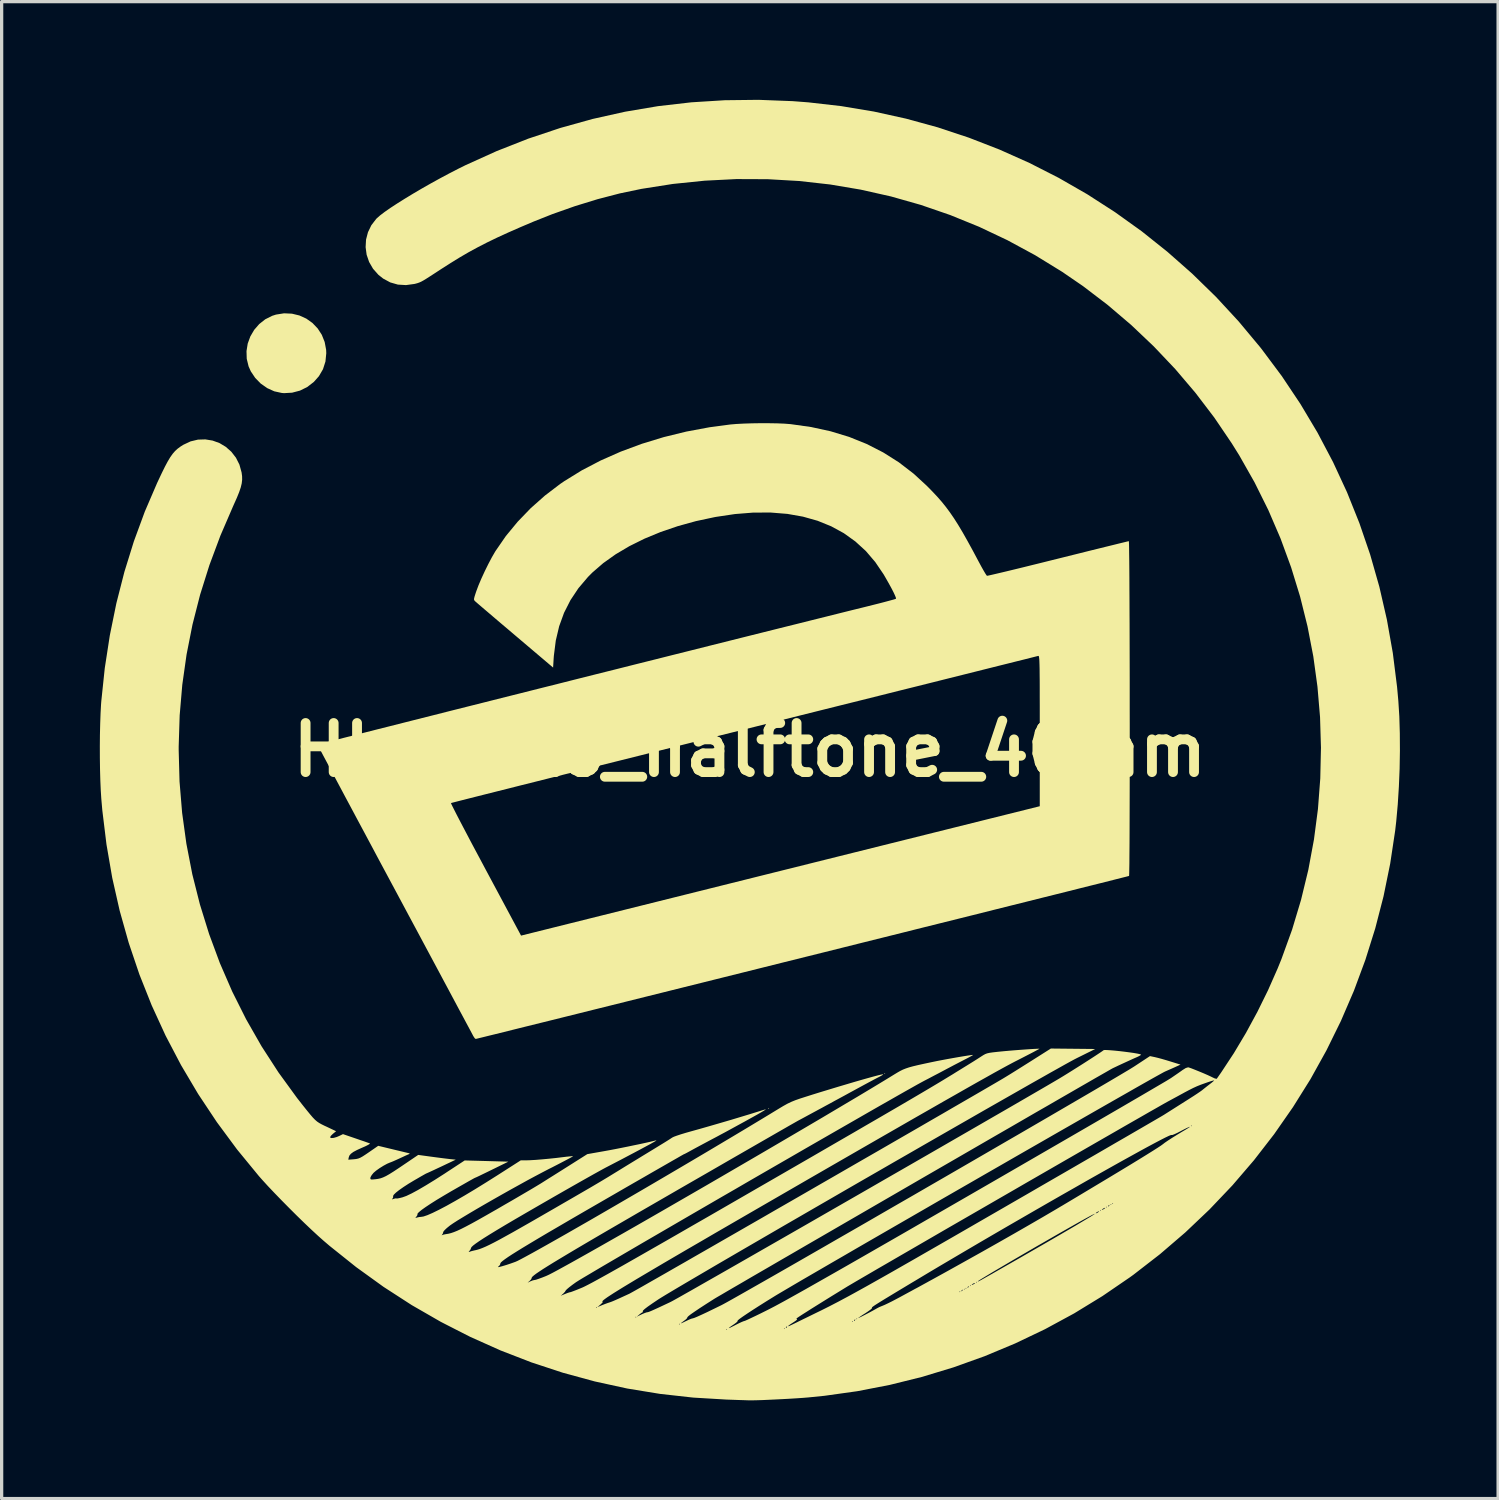
<source format=kicad_pcb>
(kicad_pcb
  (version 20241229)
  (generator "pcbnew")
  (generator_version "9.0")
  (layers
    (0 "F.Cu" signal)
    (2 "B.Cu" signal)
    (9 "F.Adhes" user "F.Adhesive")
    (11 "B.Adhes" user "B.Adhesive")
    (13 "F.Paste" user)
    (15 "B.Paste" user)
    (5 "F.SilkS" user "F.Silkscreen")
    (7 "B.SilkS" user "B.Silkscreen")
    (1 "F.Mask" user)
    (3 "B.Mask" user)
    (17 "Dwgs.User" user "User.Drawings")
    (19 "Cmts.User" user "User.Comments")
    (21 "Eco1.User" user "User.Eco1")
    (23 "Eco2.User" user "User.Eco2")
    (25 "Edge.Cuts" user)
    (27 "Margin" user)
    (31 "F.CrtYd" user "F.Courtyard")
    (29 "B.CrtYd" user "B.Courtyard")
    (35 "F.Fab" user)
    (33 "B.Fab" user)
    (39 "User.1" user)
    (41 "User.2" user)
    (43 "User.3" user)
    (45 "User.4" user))
  (footprint "HL_picto_halftone_40mm"
    (layer "F.Cu")
    (at 19.858 19.86)
    (property "Reference" "HL_picto_halftone_40mm" (at 0 0 0) (layer "F.SilkS") (effects (font (size 1.5 1.5) (thickness 0.3))))
    (attr board_only exclude_from_pos_files exclude_from_bom)
    (fp_poly (pts (xy 0.587 10.952) (xy 0.574 10.966) (xy 0.56 10.952) (xy 0.574 10.939)) (stroke (width 0) (type solid)) (fill yes) (layer "F.SilkS"))
    (fp_poly (pts (xy 4.136 9.885) (xy 4.122 9.899) (xy 4.109 9.885) (xy 4.122 9.872)) (stroke (width 0) (type solid)) (fill yes) (layer "F.SilkS"))
    (fp_poly (pts (xy -13.989 -13.327) (xy -13.761 -13.272) (xy -13.55 -13.176) (xy -13.363 -13.043) (xy -13.203 -12.876) (xy -13.077 -12.682) (xy -12.989 -12.462) (xy -12.944 -12.222) (xy -12.94 -12.118) (xy -12.965 -11.865) (xy -13.04 -11.631) (xy -13.164 -11.418) (xy -13.32 -11.242) (xy -13.52 -11.087) (xy -13.744 -10.976) (xy -13.984 -10.913) (xy -14.23 -10.899) (xy -14.301 -10.905) (xy -14.529 -10.955) (xy -14.745 -11.053) (xy -14.942 -11.191) (xy -15.111 -11.364) (xy -15.245 -11.564) (xy -15.313 -11.716) (xy -15.37 -11.948) (xy -15.377 -12.183) (xy -15.34 -12.413) (xy -15.26 -12.632) (xy -15.142 -12.833) (xy -14.989 -13.009) (xy -14.806 -13.154) (xy -14.594 -13.261) (xy -14.475 -13.299) (xy -14.229 -13.338)) (stroke (width 0) (type solid)) (fill yes) (layer "F.SilkS"))
    (fp_poly (pts (xy 0.591 -9.98) (xy 0.838 -9.976) (xy 1.057 -9.967) (xy 1.236 -9.953) (xy 1.241 -9.953) (xy 1.871 -9.864) (xy 2.468 -9.734) (xy 3.034 -9.562) (xy 3.57 -9.346) (xy 4.076 -9.087) (xy 4.554 -8.785) (xy 5.005 -8.438) (xy 5.404 -8.071) (xy 5.57 -7.902) (xy 5.72 -7.743) (xy 5.858 -7.586) (xy 5.987 -7.426) (xy 6.112 -7.258) (xy 6.237 -7.076) (xy 6.365 -6.875) (xy 6.5 -6.649) (xy 6.646 -6.391) (xy 6.807 -6.098) (xy 6.986 -5.762) (xy 7.005 -5.727) (xy 7.076 -5.595) (xy 7.141 -5.48) (xy 7.194 -5.39) (xy 7.231 -5.334) (xy 7.245 -5.319) (xy 7.275 -5.323) (xy 7.353 -5.34) (xy 7.474 -5.368) (xy 7.636 -5.406) (xy 7.834 -5.453) (xy 8.065 -5.509) (xy 8.324 -5.572) (xy 8.607 -5.642) (xy 8.911 -5.717) (xy 9.232 -5.797) (xy 9.414 -5.842) (xy 9.742 -5.924) (xy 10.056 -6.002) (xy 10.351 -6.076) (xy 10.623 -6.143) (xy 10.87 -6.204) (xy 11.086 -6.257) (xy 11.267 -6.302) (xy 11.411 -6.337) (xy 11.513 -6.362) (xy 11.569 -6.375) (xy 11.579 -6.377) (xy 11.582 -6.351) (xy 11.585 -6.274) (xy 11.587 -6.151) (xy 11.589 -5.983) (xy 11.592 -5.775) (xy 11.594 -5.529) (xy 11.596 -5.249) (xy 11.597 -4.938) (xy 11.599 -4.598) (xy 11.6 -4.233) (xy 11.602 -3.846) (xy 11.603 -3.441) (xy 11.604 -3.02) (xy 11.605 -2.587) (xy 11.606 -2.144) (xy 11.606 -1.695) (xy 11.606 -1.243) (xy 11.607 -0.791) (xy 11.607 -0.343) (xy 11.607 0.099) (xy 11.606 0.532) (xy 11.606 0.952) (xy 11.605 1.356) (xy 11.604 1.74) (xy 11.603 2.103) (xy 11.602 2.441) (xy 11.601 2.75) (xy 11.599 3.027) (xy 11.597 3.269) (xy 11.596 3.474) (xy 11.593 3.638) (xy 11.591 3.757) (xy 11.588 3.829) (xy 11.586 3.851) (xy 11.559 3.858) (xy 11.482 3.878) (xy 11.358 3.909) (xy 11.188 3.952) (xy 10.976 4.006) (xy 10.722 4.07) (xy 10.429 4.143) (xy 10.1 4.225) (xy 9.736 4.317) (xy 9.34 4.416) (xy 8.914 4.522) (xy 8.46 4.636) (xy 7.979 4.756) (xy 7.475 4.882) (xy 6.95 5.014) (xy 6.405 5.15) (xy 5.843 5.29) (xy 5.265 5.434) (xy 4.675 5.582) (xy 4.074 5.732) (xy 3.464 5.884) (xy 2.848 6.038) (xy 2.228 6.193) (xy 1.605 6.348) (xy 0.982 6.503) (xy 0.362 6.658) (xy -0.254 6.812) (xy -0.864 6.964) (xy -1.465 7.114) (xy -2.055 7.261) (xy -2.632 7.405) (xy -3.195 7.545) (xy -3.74 7.681) (xy -4.265 7.812) (xy -4.769 7.937) (xy -5.249 8.057) (xy -5.704 8.17) (xy -6.13 8.276) (xy -6.526 8.374) (xy -6.89 8.464) (xy -7.219 8.546) (xy -7.511 8.619) (xy -7.765 8.682) (xy -7.978 8.734) (xy -8.147 8.776) (xy -8.271 8.806) (xy -8.348 8.825) (xy -8.375 8.831) (xy -8.404 8.81) (xy -8.441 8.755) (xy -8.455 8.731) (xy -8.472 8.698) (xy -8.514 8.619) (xy -8.578 8.499) (xy -8.664 8.339) (xy -8.77 8.141) (xy -8.895 7.908) (xy -9.037 7.642) (xy -9.195 7.346) (xy -9.369 7.021) (xy -9.556 6.671) (xy -9.756 6.298) (xy -9.967 5.904) (xy -10.188 5.491) (xy -10.418 5.063) (xy -10.655 4.62) (xy -10.856 4.245) (xy -11.098 3.794) (xy -11.333 3.356) (xy -11.559 2.932) (xy -11.776 2.526) (xy -11.983 2.14) (xy -12.178 1.775) (xy -12.258 1.625) (xy -9.13 1.625) (xy -9.121 1.65) (xy -9.088 1.719) (xy -9.033 1.828) (xy -8.959 1.974) (xy -8.866 2.153) (xy -8.757 2.362) (xy -8.633 2.597) (xy -8.497 2.856) (xy -8.349 3.133) (xy -8.192 3.427) (xy -8.069 3.658) (xy -6.989 5.674) (xy 0.935 3.697) (xy 8.858 1.721) (xy 8.858 -0.582) (xy 8.858 -0.986) (xy 8.858 -1.34) (xy 8.857 -1.647) (xy 8.857 -1.91) (xy 8.856 -2.133) (xy 8.854 -2.319) (xy 8.853 -2.472) (xy 8.85 -2.594) (xy 8.847 -2.689) (xy 8.844 -2.76) (xy 8.839 -2.81) (xy 8.834 -2.843) (xy 8.828 -2.862) (xy 8.821 -2.871) (xy 8.813 -2.871) (xy 8.811 -2.871) (xy 8.782 -2.864) (xy 8.703 -2.844) (xy 8.576 -2.812) (xy 8.403 -2.768) (xy 8.185 -2.714) (xy 7.926 -2.649) (xy 7.625 -2.574) (xy 7.286 -2.489) (xy 6.911 -2.395) (xy 6.5 -2.292) (xy 6.056 -2.181) (xy 5.582 -2.062) (xy 5.078 -1.936) (xy 4.547 -1.804) (xy 3.99 -1.664) (xy 3.41 -1.519) (xy 2.807 -1.369) (xy 2.186 -1.214) (xy 1.546 -1.054) (xy 0.89 -0.89) (xy 0.219 -0.722) (xy -0.173 -0.624) (xy -0.851 -0.455) (xy -1.515 -0.289) (xy -2.163 -0.127) (xy -2.795 0.031) (xy -3.408 0.185) (xy -4 0.333) (xy -4.57 0.475) (xy -5.115 0.612) (xy -5.634 0.742) (xy -6.124 0.865) (xy -6.585 0.981) (xy -7.013 1.088) (xy -7.407 1.188) (xy -7.766 1.278) (xy -8.088 1.359) (xy -8.369 1.43) (xy -8.61 1.491) (xy -8.807 1.541) (xy -8.959 1.58) (xy -9.064 1.607) (xy -9.121 1.622) (xy -9.13 1.625) (xy -12.258 1.625) (xy -12.36 1.435) (xy -12.527 1.121) (xy -12.68 0.835) (xy -12.815 0.581) (xy -12.932 0.361) (xy -13.031 0.176) (xy -13.108 0.029) (xy -13.165 -0.078) (xy -13.198 -0.141) (xy -13.207 -0.16) (xy -13.181 -0.168) (xy -13.106 -0.188) (xy -12.984 -0.219) (xy -12.817 -0.262) (xy -12.607 -0.316) (xy -12.357 -0.38) (xy -12.068 -0.453) (xy -11.744 -0.535) (xy -11.386 -0.626) (xy -10.996 -0.724) (xy -10.578 -0.83) (xy -10.132 -0.943) (xy -9.662 -1.061) (xy -9.17 -1.186) (xy -8.657 -1.315) (xy -8.127 -1.448) (xy -7.581 -1.586) (xy -7.022 -1.726) (xy -6.452 -1.87) (xy -5.873 -2.015) (xy -5.288 -2.163) (xy -4.699 -2.311) (xy -4.107 -2.459) (xy -3.516 -2.608) (xy -2.928 -2.755) (xy -2.344 -2.902) (xy -1.768 -3.046) (xy -1.2 -3.189) (xy -0.645 -3.328) (xy -0.103 -3.464) (xy 0.422 -3.595) (xy 0.929 -3.722) (xy 1.416 -3.843) (xy 1.879 -3.959) (xy 2.317 -4.068) (xy 2.728 -4.171) (xy 3.109 -4.266) (xy 3.458 -4.352) (xy 3.615 -4.391) (xy 3.818 -4.442) (xy 4.004 -4.489) (xy 4.167 -4.532) (xy 4.3 -4.568) (xy 4.399 -4.595) (xy 4.455 -4.613) (xy 4.465 -4.617) (xy 4.463 -4.648) (xy 4.435 -4.719) (xy 4.387 -4.822) (xy 4.32 -4.951) (xy 4.238 -5.1) (xy 4.145 -5.263) (xy 4.087 -5.363) (xy 3.832 -5.739) (xy 3.545 -6.075) (xy 3.224 -6.368) (xy 2.871 -6.621) (xy 2.486 -6.831) (xy 2.07 -7) (xy 1.623 -7.126) (xy 1.147 -7.21) (xy 0.642 -7.251) (xy 0.108 -7.25) (xy -0.454 -7.205) (xy -1.044 -7.117) (xy -1.07 -7.112) (xy -1.646 -6.989) (xy -2.199 -6.836) (xy -2.724 -6.657) (xy -3.218 -6.453) (xy -3.678 -6.225) (xy -4.099 -5.976) (xy -4.478 -5.706) (xy -4.811 -5.418) (xy -4.945 -5.283) (xy -5.237 -4.939) (xy -5.48 -4.574) (xy -5.676 -4.188) (xy -5.825 -3.777) (xy -5.928 -3.341) (xy -5.987 -2.876) (xy -5.992 -2.811) (xy -6.01 -2.515) (xy -7.174 -3.502) (xy -7.389 -3.685) (xy -7.594 -3.858) (xy -7.783 -4.019) (xy -7.954 -4.165) (xy -8.102 -4.291) (xy -8.224 -4.395) (xy -8.315 -4.473) (xy -8.372 -4.523) (xy -8.391 -4.539) (xy -8.414 -4.564) (xy -8.426 -4.589) (xy -8.424 -4.627) (xy -8.409 -4.687) (xy -8.379 -4.781) (xy -8.355 -4.852) (xy -8.289 -5.028) (xy -8.201 -5.235) (xy -8.099 -5.456) (xy -7.99 -5.677) (xy -7.881 -5.884) (xy -7.779 -6.06) (xy -7.764 -6.083) (xy -7.452 -6.535) (xy -7.093 -6.97) (xy -6.694 -7.384) (xy -6.259 -7.77) (xy -5.796 -8.123) (xy -5.67 -8.209) (xy -5.134 -8.54) (xy -4.557 -8.841) (xy -3.944 -9.112) (xy -3.3 -9.351) (xy -2.629 -9.556) (xy -1.938 -9.725) (xy -1.23 -9.857) (xy -0.6 -9.941) (xy -0.41 -9.957) (xy -0.183 -9.969) (xy 0.068 -9.977) (xy 0.331 -9.981)) (stroke (width 0) (type solid)) (fill yes) (layer "F.SilkS"))
    (fp_poly (pts (xy 1.307 -19.82) (xy 1.788 -19.783) (xy 2.794 -19.668) (xy 3.79 -19.502) (xy 4.773 -19.285) (xy 5.742 -19.019) (xy 6.694 -18.703) (xy 7.629 -18.34) (xy 8.544 -17.931) (xy 9.437 -17.476) (xy 10.307 -16.976) (xy 11.152 -16.432) (xy 11.97 -15.846) (xy 12.758 -15.217) (xy 13.516 -14.548) (xy 14.242 -13.84) (xy 14.933 -13.092) (xy 15.588 -12.307) (xy 15.633 -12.25) (xy 16.251 -11.422) (xy 16.821 -10.569) (xy 17.344 -9.692) (xy 17.818 -8.793) (xy 18.245 -7.871) (xy 18.623 -6.928) (xy 18.953 -5.965) (xy 19.233 -4.982) (xy 19.463 -3.98) (xy 19.644 -2.961) (xy 19.774 -1.925) (xy 19.813 -1.494) (xy 19.843 -1.021) (xy 19.858 -0.51) (xy 19.861 0.028) (xy 19.852 0.578) (xy 19.829 1.129) (xy 19.795 1.668) (xy 19.749 2.181) (xy 19.716 2.468) (xy 19.564 3.476) (xy 19.361 4.471) (xy 19.108 5.451) (xy 18.806 6.414) (xy 18.456 7.358) (xy 18.058 8.282) (xy 17.615 9.183) (xy 17.127 10.062) (xy 16.594 10.914) (xy 16.019 11.74) (xy 15.401 12.538) (xy 14.743 13.305) (xy 14.044 14.04) (xy 13.306 14.741) (xy 12.53 15.407) (xy 11.717 16.037) (xy 11.606 16.117) (xy 10.771 16.688) (xy 9.908 17.216) (xy 9.019 17.698) (xy 8.106 18.134) (xy 7.172 18.524) (xy 6.22 18.865) (xy 5.253 19.158) (xy 4.273 19.401) (xy 3.282 19.593) (xy 2.283 19.733) (xy 1.788 19.783) (xy 1.629 19.796) (xy 1.441 19.809) (xy 1.233 19.822) (xy 1.015 19.834) (xy 0.794 19.845) (xy 0.58 19.855) (xy 0.383 19.864) (xy 0.211 19.869) (xy 0.073 19.872) (xy -0.021 19.872) (xy -0.027 19.872) (xy -0.09 19.87) (xy -0.196 19.866) (xy -0.335 19.862) (xy -0.497 19.856) (xy -0.672 19.85) (xy -0.707 19.849) (xy -1.73 19.788) (xy -2.743 19.675) (xy -3.745 19.511) (xy -4.735 19.295) (xy -5.711 19.029) (xy -6.671 18.713) (xy -7.614 18.348) (xy -8.539 17.934) (xy -8.993 17.703) (xy -0.72 17.703) (xy -0.707 17.716) (xy -0.694 17.703) (xy -0.707 17.689) (xy -0.72 17.703) (xy -8.993 17.703) (xy -9.045 17.676) (xy 1.041 17.676) (xy 1.054 17.689) (xy 1.067 17.676) (xy 1.054 17.663) (xy 1.041 17.676) (xy -9.045 17.676) (xy -9.306 17.543) (xy -2.161 17.543) (xy -2.148 17.556) (xy -2.134 17.543) (xy -2.148 17.529) (xy -2.161 17.543) (xy -9.306 17.543) (xy -9.444 17.472) (xy -9.692 17.329) (xy -3.495 17.329) (xy -3.482 17.342) (xy -3.468 17.329) (xy -3.482 17.316) (xy -3.495 17.329) (xy -9.692 17.329) (xy -10.201 17.036) (xy -4.696 17.036) (xy -4.682 17.049) (xy -4.669 17.036) (xy -4.682 17.022) (xy -4.696 17.036) (xy -10.201 17.036) (xy -10.328 16.963) (xy -11.189 16.406) (xy -12.025 15.803) (xy -12.836 15.155) (xy -13.02 14.998) (xy -13.19 14.847) (xy -13.388 14.664) (xy -13.606 14.457) (xy -13.836 14.233) (xy -14.07 14) (xy -14.301 13.766) (xy -14.521 13.539) (xy -14.723 13.326) (xy -14.897 13.135) (xy -14.999 13.02) (xy -15.665 12.208) (xy -16.283 11.372) (xy -16.854 10.513) (xy -17.376 9.632) (xy -17.849 8.73) (xy -18.273 7.806) (xy -18.649 6.861) (xy -18.975 5.896) (xy -19.252 4.912) (xy -19.479 3.909) (xy -19.655 2.888) (xy -19.782 1.848) (xy -19.813 1.494) (xy -19.83 1.233) (xy -19.843 0.931) (xy -19.852 0.6) (xy -19.857 0.249) (xy -19.858 -0.108) (xy -19.855 -0.462) (xy -19.847 -0.8) (xy -19.836 -1.112) (xy -19.821 -1.387) (xy -19.814 -1.481) (xy -19.707 -2.498) (xy -19.553 -3.498) (xy -19.353 -4.479) (xy -19.108 -5.438) (xy -18.818 -6.372) (xy -18.484 -7.28) (xy -18.106 -8.159) (xy -18.08 -8.214) (xy -17.966 -8.456) (xy -17.869 -8.653) (xy -17.783 -8.814) (xy -17.706 -8.943) (xy -17.632 -9.047) (xy -17.558 -9.132) (xy -17.479 -9.204) (xy -17.392 -9.268) (xy -17.306 -9.322) (xy -17.086 -9.425) (xy -16.861 -9.479) (xy -16.634 -9.486) (xy -16.413 -9.45) (xy -16.203 -9.374) (xy -16.011 -9.259) (xy -15.841 -9.109) (xy -15.7 -8.927) (xy -15.593 -8.715) (xy -15.527 -8.476) (xy -15.527 -8.476) (xy -15.512 -8.363) (xy -15.51 -8.255) (xy -15.523 -8.143) (xy -15.553 -8.018) (xy -15.602 -7.874) (xy -15.672 -7.701) (xy -15.766 -7.491) (xy -15.786 -7.446) (xy -16.175 -6.544) (xy -16.511 -5.643) (xy -16.795 -4.739) (xy -17.027 -3.83) (xy -17.208 -2.915) (xy -17.339 -1.99) (xy -17.419 -1.053) (xy -17.449 -0.103) (xy -17.449 0.007) (xy -17.423 0.967) (xy -17.344 1.921) (xy -17.214 2.865) (xy -17.033 3.799) (xy -16.801 4.719) (xy -16.52 5.625) (xy -16.191 6.513) (xy -15.813 7.383) (xy -15.388 8.231) (xy -14.916 9.057) (xy -14.398 9.857) (xy -13.835 10.631) (xy -13.654 10.862) (xy -13.529 11.018) (xy -13.43 11.139) (xy -13.351 11.231) (xy -13.283 11.301) (xy -13.22 11.355) (xy -13.155 11.399) (xy -13.081 11.44) (xy -12.99 11.485) (xy -12.935 11.51) (xy -12.64 11.65) (xy -12.74 11.732) (xy -12.794 11.785) (xy -12.822 11.828) (xy -12.822 11.843) (xy -12.783 11.859) (xy -12.71 11.853) (xy -12.617 11.826) (xy -12.532 11.789) (xy -12.43 11.739) (xy -12.038 11.873) (xy -11.9 11.921) (xy -11.778 11.962) (xy -11.682 11.996) (xy -11.621 12.017) (xy -11.607 12.022) (xy -11.613 12.037) (xy -11.662 12.068) (xy -11.746 12.11) (xy -11.844 12.153) (xy -12.001 12.224) (xy -12.114 12.284) (xy -12.189 12.34) (xy -12.234 12.395) (xy -12.254 12.452) (xy -12.267 12.52) (xy -12.098 12.507) (xy -12.026 12.499) (xy -11.964 12.485) (xy -11.903 12.461) (xy -11.829 12.42) (xy -11.732 12.357) (xy -11.641 12.295) (xy -11.353 12.096) (xy -10.926 12.199) (xy -10.777 12.235) (xy -10.643 12.267) (xy -10.532 12.294) (xy -10.457 12.312) (xy -10.432 12.317) (xy -10.391 12.332) (xy -10.402 12.346) (xy -10.405 12.347) (xy -10.446 12.364) (xy -10.522 12.398) (xy -10.621 12.444) (xy -10.686 12.474) (xy -10.796 12.524) (xy -10.895 12.568) (xy -10.968 12.598) (xy -10.992 12.606) (xy -11.081 12.644) (xy -11.193 12.705) (xy -11.31 12.778) (xy -11.417 12.854) (xy -11.495 12.921) (xy -11.498 12.924) (xy -11.553 12.992) (xy -11.588 13.054) (xy -11.593 13.077) (xy -11.592 13.108) (xy -11.574 13.123) (xy -11.528 13.125) (xy -11.44 13.117) (xy -11.439 13.117) (xy -11.358 13.106) (xy -11.282 13.089) (xy -11.204 13.061) (xy -11.116 13.02) (xy -11.012 12.961) (xy -10.884 12.881) (xy -10.725 12.776) (xy -10.593 12.687) (xy -10.131 12.374) (xy -9.728 12.429) (xy -9.57 12.45) (xy -9.416 12.47) (xy -9.281 12.487) (xy -9.178 12.499) (xy -9.155 12.502) (xy -8.984 12.519) (xy -9.141 12.594) (xy -9.268 12.654) (xy -9.402 12.718) (xy -9.535 12.78) (xy -9.658 12.838) (xy -9.762 12.886) (xy -9.839 12.921) (xy -9.88 12.939) (xy -9.884 12.94) (xy -9.909 12.953) (xy -9.971 12.988) (xy -10.064 13.041) (xy -10.179 13.108) (xy -10.261 13.155) (xy -10.432 13.258) (xy -10.584 13.357) (xy -10.712 13.447) (xy -10.811 13.525) (xy -10.875 13.587) (xy -10.899 13.628) (xy -10.897 13.637) (xy -10.899 13.676) (xy -10.914 13.703) (xy -10.931 13.728) (xy -10.911 13.728) (xy -10.879 13.716) (xy -10.825 13.702) (xy -10.797 13.704) (xy -10.767 13.705) (xy -10.7 13.692) (xy -10.615 13.671) (xy -10.495 13.628) (xy -10.335 13.552) (xy -10.137 13.445) (xy -9.901 13.307) (xy -9.629 13.14) (xy -9.324 12.945) (xy -9.232 12.884) (xy -8.711 12.543) (xy -8.044 12.561) (xy -7.377 12.58) (xy -7.88 12.827) (xy -8.03 12.9) (xy -8.164 12.965) (xy -8.273 13.018) (xy -8.352 13.055) (xy -8.392 13.072) (xy -8.396 13.074) (xy -8.422 13.086) (xy -8.488 13.123) (xy -8.589 13.179) (xy -8.718 13.253) (xy -8.871 13.34) (xy -9.042 13.438) (xy -9.116 13.48) (xy -9.352 13.619) (xy -9.565 13.747) (xy -9.75 13.864) (xy -9.905 13.967) (xy -10.026 14.053) (xy -10.109 14.121) (xy -10.152 14.167) (xy -10.154 14.188) (xy -10.158 14.216) (xy -10.185 14.256) (xy -10.216 14.292) (xy -10.205 14.298) (xy -10.165 14.286) (xy -10.096 14.271) (xy -10.052 14.268) (xy -9.972 14.256) (xy -9.851 14.215) (xy -9.692 14.146) (xy -9.496 14.05) (xy -9.266 13.929) (xy -9.005 13.783) (xy -8.715 13.615) (xy -8.398 13.425) (xy -8.058 13.215) (xy -7.695 12.986) (xy -7.681 12.977) (xy -6.998 12.54) (xy -6.841 12.54) (xy -6.713 12.536) (xy -6.544 12.526) (xy -6.347 12.51) (xy -6.133 12.49) (xy -5.915 12.467) (xy -5.727 12.444) (xy -5.603 12.429) (xy -5.5 12.419) (xy -5.429 12.413) (xy -5.4 12.414) (xy -5.4 12.414) (xy -5.42 12.428) (xy -5.483 12.463) (xy -5.582 12.516) (xy -5.712 12.584) (xy -5.867 12.665) (xy -6.042 12.755) (xy -6.144 12.806) (xy -6.34 12.908) (xy -6.561 13.025) (xy -6.801 13.154) (xy -7.054 13.294) (xy -7.316 13.439) (xy -7.581 13.588) (xy -7.843 13.737) (xy -8.098 13.883) (xy -8.339 14.023) (xy -8.561 14.154) (xy -8.759 14.273) (xy -8.928 14.376) (xy -9.062 14.462) (xy -9.155 14.526) (xy -9.171 14.538) (xy -9.257 14.608) (xy -9.323 14.67) (xy -9.36 14.715) (xy -9.365 14.728) (xy -9.382 14.784) (xy -9.398 14.806) (xy -9.417 14.831) (xy -9.399 14.824) (xy -9.35 14.807) (xy -9.288 14.795) (xy -9.212 14.783) (xy -9.132 14.763) (xy -9.043 14.733) (xy -8.941 14.692) (xy -8.82 14.636) (xy -8.678 14.564) (xy -8.508 14.474) (xy -8.307 14.363) (xy -8.07 14.229) (xy -7.792 14.07) (xy -7.737 14.039) (xy -7.507 13.905) (xy -7.281 13.775) (xy -7.067 13.65) (xy -6.869 13.534) (xy -6.695 13.432) (xy -6.551 13.346) (xy -6.443 13.281) (xy -6.39 13.249) (xy -6.29 13.186) (xy -6.156 13.101) (xy -5.996 13.001) (xy -5.823 12.892) (xy -5.645 12.78) (xy -5.544 12.716) (xy -4.965 12.35) (xy -4.45 12.259) (xy -4.295 12.231) (xy -4.116 12.197) (xy -3.924 12.159) (xy -3.725 12.119) (xy -3.53 12.078) (xy -3.346 12.04) (xy -3.182 12.004) (xy -3.047 11.974) (xy -2.948 11.95) (xy -2.903 11.938) (xy -2.863 11.931) (xy -2.855 11.935) (xy -2.878 11.95) (xy -2.943 11.987) (xy -3.044 12.044) (xy -3.178 12.116) (xy -3.338 12.202) (xy -3.52 12.299) (xy -3.717 12.403) (xy -3.925 12.513) (xy -4.139 12.624) (xy -4.354 12.736) (xy -4.389 12.754) (xy -4.475 12.8) (xy -4.602 12.87) (xy -4.766 12.961) (xy -4.962 13.071) (xy -5.185 13.197) (xy -5.43 13.336) (xy -5.693 13.486) (xy -5.969 13.644) (xy -6.252 13.807) (xy -6.443 13.917) (xy -6.83 14.141) (xy -7.172 14.34) (xy -7.471 14.516) (xy -7.728 14.67) (xy -7.946 14.803) (xy -8.125 14.915) (xy -8.269 15.009) (xy -8.378 15.085) (xy -8.455 15.144) (xy -8.501 15.188) (xy -8.518 15.217) (xy -8.518 15.221) (xy -8.532 15.26) (xy -8.56 15.299) (xy -8.589 15.335) (xy -8.58 15.34) (xy -8.551 15.329) (xy -8.49 15.31) (xy -8.408 15.29) (xy -8.391 15.287) (xy -8.324 15.271) (xy -8.25 15.248) (xy -8.166 15.216) (xy -8.068 15.174) (xy -7.952 15.119) (xy -7.815 15.05) (xy -7.654 14.965) (xy -7.466 14.861) (xy -7.245 14.739) (xy -6.99 14.594) (xy -6.697 14.427) (xy -6.362 14.234) (xy -6.293 14.194) (xy -5.97 14.008) (xy -5.689 13.845) (xy -5.446 13.705) (xy -5.236 13.583) (xy -5.055 13.478) (xy -4.898 13.387) (xy -4.762 13.307) (xy -4.642 13.236) (xy -4.534 13.172) (xy -4.434 13.112) (xy -4.336 13.053) (xy -4.238 12.993) (xy -4.134 12.929) (xy -4.042 12.873) (xy -3.922 12.799) (xy -3.771 12.706) (xy -3.601 12.602) (xy -3.427 12.496) (xy -3.282 12.407) (xy -3.06 12.272) (xy -2.88 12.162) (xy -2.735 12.073) (xy -2.622 12.004) (xy -2.535 11.95) (xy -2.47 11.909) (xy -2.422 11.878) (xy -2.386 11.854) (xy -2.367 11.842) (xy -2.318 11.818) (xy -2.228 11.785) (xy -2.104 11.744) (xy -1.959 11.7) (xy -1.807 11.657) (xy -1.534 11.581) (xy -1.227 11.493) (xy -0.903 11.399) (xy -0.578 11.304) (xy -0.267 11.21) (xy 0.014 11.125) (xy 0.091 11.101) (xy 0.22 11.061) (xy 0.336 11.025) (xy 0.427 10.997) (xy 0.479 10.982) (xy 0.48 10.981) (xy 0.486 10.986) (xy 0.444 11.014) (xy 0.356 11.067) (xy 0.222 11.144) (xy 0.042 11.244) (xy -0.183 11.369) (xy -0.2 11.378) (xy -0.421 11.499) (xy -0.604 11.599) (xy -0.758 11.683) (xy -0.893 11.755) (xy -1.017 11.822) (xy -1.14 11.887) (xy -1.214 11.926) (xy -1.36 12.004) (xy -1.515 12.087) (xy -1.66 12.165) (xy -1.768 12.224) (xy -1.867 12.278) (xy -1.948 12.322) (xy -2 12.348) (xy -2.014 12.353) (xy -2.038 12.366) (xy -2.106 12.404) (xy -2.213 12.466) (xy -2.359 12.549) (xy -2.538 12.652) (xy -2.749 12.773) (xy -2.988 12.91) (xy -3.253 13.063) (xy -3.541 13.228) (xy -3.848 13.405) (xy -4.171 13.592) (xy -4.509 13.787) (xy -4.585 13.831) (xy -5.044 14.096) (xy -5.458 14.336) (xy -5.829 14.553) (xy -6.16 14.746) (xy -6.451 14.918) (xy -6.705 15.07) (xy -6.924 15.202) (xy -7.109 15.316) (xy -7.262 15.412) (xy -7.386 15.493) (xy -7.482 15.56) (xy -7.551 15.612) (xy -7.597 15.652) (xy -7.62 15.681) (xy -7.623 15.697) (xy -7.634 15.735) (xy -7.669 15.773) (xy -7.694 15.795) (xy -7.691 15.803) (xy -7.653 15.797) (xy -7.572 15.776) (xy -7.551 15.77) (xy -7.438 15.736) (xy -7.303 15.691) (xy -7.174 15.645) (xy -7.163 15.641) (xy -7.097 15.612) (xy -6.988 15.556) (xy -6.839 15.476) (xy -6.652 15.374) (xy -6.431 15.251) (xy -6.178 15.109) (xy -5.897 14.95) (xy -5.589 14.775) (xy -5.258 14.585) (xy -4.907 14.384) (xy -4.539 14.171) (xy -4.156 13.949) (xy -3.761 13.719) (xy -3.357 13.484) (xy -2.947 13.244) (xy -2.533 13.001) (xy -2.12 12.758) (xy -1.708 12.515) (xy -1.302 12.275) (xy -0.904 12.038) (xy -0.516 11.807) (xy -0.143 11.584) (xy 0.214 11.369) (xy 0.552 11.165) (xy 0.867 10.973) (xy 1.022 10.88) (xy 1.15 10.809) (xy 1.267 10.753) (xy 1.39 10.703) (xy 1.536 10.652) (xy 1.654 10.614) (xy 1.909 10.533) (xy 2.17 10.452) (xy 2.434 10.372) (xy 2.694 10.293) (xy 2.947 10.218) (xy 3.186 10.147) (xy 3.407 10.083) (xy 3.605 10.027) (xy 3.775 9.98) (xy 3.912 9.944) (xy 4.011 9.92) (xy 4.066 9.91) (xy 4.076 9.91) (xy 4.061 9.927) (xy 4.009 9.96) (xy 3.948 9.992) (xy 3.883 10.025) (xy 3.816 10.06) (xy 3.738 10.102) (xy 3.64 10.154) (xy 3.512 10.223) (xy 3.348 10.312) (xy 3.208 10.388) (xy 3.05 10.474) (xy 2.886 10.564) (xy 2.727 10.65) (xy 2.586 10.726) (xy 2.474 10.788) (xy 2.428 10.813) (xy 2.32 10.871) (xy 2.198 10.938) (xy 2.121 10.979) (xy 2.005 11.042) (xy 1.877 11.111) (xy 1.801 11.152) (xy 1.689 11.213) (xy 1.561 11.282) (xy 1.467 11.332) (xy 1.425 11.356) (xy 1.339 11.405) (xy 1.212 11.477) (xy 1.047 11.572) (xy 0.846 11.687) (xy 0.612 11.822) (xy 0.347 11.974) (xy 0.055 12.142) (xy -0.263 12.325) (xy -0.604 12.521) (xy -0.964 12.729) (xy -1.342 12.947) (xy -1.735 13.173) (xy -2.14 13.406) (xy -2.361 13.534) (xy -2.908 13.85) (xy -3.41 14.14) (xy -3.868 14.406) (xy -4.285 14.648) (xy -4.662 14.868) (xy -5.001 15.067) (xy -5.303 15.245) (xy -5.57 15.404) (xy -5.803 15.544) (xy -6.005 15.666) (xy -6.176 15.772) (xy -6.319 15.862) (xy -6.434 15.938) (xy -6.525 16) (xy -6.591 16.05) (xy -6.635 16.087) (xy -6.659 16.114) (xy -6.664 16.13) (xy -6.677 16.168) (xy -6.72 16.216) (xy -6.724 16.22) (xy -6.79 16.278) (xy -6.705 16.237) (xy -6.633 16.208) (xy -6.575 16.195) (xy -6.571 16.195) (xy -6.529 16.186) (xy -6.449 16.159) (xy -6.342 16.12) (xy -6.221 16.072) (xy -6.217 16.07) (xy -6.145 16.037) (xy -6.031 15.979) (xy -5.876 15.896) (xy -5.683 15.79) (xy -5.454 15.664) (xy -5.192 15.517) (xy -4.9 15.353) (xy -4.58 15.172) (xy -4.236 14.976) (xy -3.868 14.767) (xy -3.481 14.546) (xy -3.077 14.314) (xy -2.658 14.073) (xy -2.227 13.824) (xy -1.787 13.57) (xy -1.339 13.311) (xy -0.888 13.049) (xy -0.435 12.785) (xy 0.017 12.522) (xy 0.466 12.26) (xy 0.908 12.001) (xy 1.341 11.747) (xy 1.763 11.499) (xy 2.171 11.259) (xy 2.562 11.027) (xy 2.934 10.806) (xy 3.285 10.598) (xy 3.61 10.403) (xy 3.909 10.223) (xy 4.178 10.06) (xy 4.411 9.917) (xy 4.508 9.858) (xy 4.594 9.809) (xy 4.677 9.768) (xy 4.765 9.733) (xy 4.866 9.699) (xy 4.987 9.666) (xy 5.137 9.63) (xy 5.323 9.589) (xy 5.553 9.54) (xy 5.568 9.537) (xy 5.712 9.507) (xy 5.874 9.476) (xy 6.045 9.444) (xy 6.218 9.413) (xy 6.383 9.384) (xy 6.533 9.359) (xy 6.659 9.339) (xy 6.754 9.325) (xy 6.81 9.319) (xy 6.821 9.32) (xy 6.801 9.334) (xy 6.743 9.367) (xy 6.656 9.414) (xy 6.555 9.466) (xy 6.41 9.541) (xy 6.248 9.625) (xy 6.095 9.706) (xy 6.03 9.74) (xy 5.921 9.798) (xy 5.778 9.874) (xy 5.615 9.959) (xy 5.447 10.048) (xy 5.323 10.112) (xy 5.238 10.158) (xy 5.112 10.227) (xy 4.947 10.32) (xy 4.746 10.433) (xy 4.51 10.567) (xy 4.244 10.719) (xy 3.948 10.887) (xy 3.627 11.071) (xy 3.283 11.269) (xy 2.917 11.479) (xy 2.534 11.699) (xy 2.134 11.929) (xy 1.722 12.166) (xy 1.3 12.41) (xy 0.87 12.658) (xy 0.435 12.909) (xy -0.003 13.162) (xy -0.44 13.416) (xy -0.875 13.667) (xy -1.304 13.916) (xy -1.725 14.16) (xy -2.136 14.399) (xy -2.533 14.63) (xy -2.915 14.852) (xy -3.278 15.063) (xy -3.62 15.263) (xy -3.938 15.449) (xy -4.23 15.62) (xy -4.493 15.774) (xy -4.725 15.911) (xy -4.922 16.028) (xy -5.083 16.123) (xy -5.204 16.196) (xy -5.283 16.246) (xy -5.31 16.263) (xy -5.421 16.343) (xy -5.515 16.415) (xy -5.584 16.473) (xy -5.62 16.509) (xy -5.623 16.514) (xy -5.651 16.559) (xy -5.702 16.613) (xy -5.706 16.616) (xy -5.776 16.677) (xy -5.647 16.623) (xy -5.569 16.592) (xy -5.508 16.572) (xy -5.489 16.569) (xy -5.454 16.559) (xy -5.381 16.532) (xy -5.278 16.492) (xy -5.156 16.442) (xy -5.124 16.429) (xy -5.073 16.406) (xy -5.005 16.372) (xy -4.917 16.327) (xy -4.807 16.269) (xy -4.675 16.197) (xy -4.519 16.111) (xy -4.337 16.01) (xy -4.127 15.892) (xy -3.887 15.757) (xy -3.617 15.603) (xy -3.315 15.431) (xy -2.978 15.238) (xy -2.605 15.025) (xy -2.196 14.79) (xy -1.747 14.531) (xy -1.257 14.25) (xy -0.725 13.943) (xy -0.15 13.611) (xy 0.08 13.478) (xy 0.699 13.121) (xy 1.274 12.789) (xy 1.806 12.482) (xy 2.298 12.197) (xy 2.752 11.934) (xy 3.169 11.693) (xy 3.552 11.47) (xy 3.903 11.267) (xy 4.224 11.08) (xy 4.516 10.91) (xy 4.781 10.755) (xy 5.023 10.613) (xy 5.242 10.484) (xy 5.44 10.367) (xy 5.62 10.26) (xy 5.784 10.162) (xy 5.933 10.072) (xy 6.069 9.989) (xy 6.196 9.912) (xy 6.289 9.854) (xy 6.388 9.793) (xy 6.511 9.717) (xy 6.639 9.638) (xy 6.689 9.607) (xy 6.81 9.532) (xy 6.934 9.454) (xy 7.041 9.385) (xy 7.078 9.361) (xy 7.141 9.321) (xy 7.195 9.292) (xy 7.252 9.271) (xy 7.324 9.255) (xy 7.421 9.241) (xy 7.556 9.226) (xy 7.625 9.219) (xy 7.766 9.205) (xy 7.924 9.191) (xy 8.093 9.177) (xy 8.263 9.164) (xy 8.426 9.152) (xy 8.574 9.142) (xy 8.697 9.135) (xy 8.789 9.131) (xy 8.839 9.13) (xy 8.847 9.131) (xy 8.825 9.145) (xy 8.762 9.179) (xy 8.663 9.232) (xy 8.532 9.3) (xy 8.377 9.38) (xy 8.202 9.47) (xy 8.109 9.517) (xy 7.998 9.575) (xy 7.856 9.651) (xy 7.682 9.746) (xy 7.475 9.86) (xy 7.235 9.995) (xy 6.96 10.149) (xy 6.649 10.325) (xy 6.302 10.523) (xy 5.916 10.742) (xy 5.492 10.985) (xy 5.028 11.25) (xy 4.524 11.54) (xy 3.977 11.854) (xy 3.388 12.193) (xy 2.756 12.557) (xy 2.078 12.948) (xy 1.835 13.088) (xy 1.173 13.471) (xy 0.555 13.828) (xy -0.019 14.16) (xy -0.551 14.468) (xy -1.043 14.753) (xy -1.494 15.016) (xy -1.908 15.256) (xy -2.286 15.477) (xy -2.628 15.677) (xy -2.936 15.859) (xy -3.212 16.022) (xy -3.457 16.167) (xy -3.673 16.297) (xy -3.86 16.41) (xy -4.02 16.509) (xy -4.155 16.593) (xy -4.266 16.665) (xy -4.354 16.723) (xy -4.421 16.771) (xy -4.468 16.807) (xy -4.496 16.834) (xy -4.508 16.852) (xy -4.503 16.861) (xy -4.492 16.863) (xy -4.496 16.878) (xy -4.533 16.917) (xy -4.562 16.944) (xy -4.656 17.024) (xy -4.536 16.973) (xy -4.436 16.933) (xy -4.335 16.896) (xy -4.309 16.888) (xy -4.267 16.874) (xy -4.223 16.858) (xy -4.169 16.836) (xy -4.097 16.805) (xy -4.001 16.762) (xy -3.872 16.703) (xy -3.702 16.625) (xy -3.682 16.616) (xy -3.645 16.596) (xy -3.564 16.551) (xy -3.441 16.482) (xy -3.28 16.391) (xy -3.083 16.278) (xy -2.851 16.146) (xy -2.588 15.996) (xy -2.296 15.828) (xy -1.977 15.646) (xy -1.635 15.449) (xy -1.27 15.24) (xy -0.886 15.019) (xy -0.485 14.789) (xy -0.07 14.55) (xy 0.357 14.305) (xy 0.793 14.053) (xy 1.237 13.798) (xy 1.685 13.54) (xy 2.135 13.28) (xy 2.585 13.021) (xy 3.032 12.763) (xy 3.474 12.508) (xy 3.909 12.258) (xy 4.333 12.013) (xy 4.745 11.775) (xy 5.142 11.546) (xy 5.521 11.326) (xy 5.88 11.119) (xy 6.217 10.923) (xy 6.53 10.742) (xy 6.815 10.577) (xy 7.07 10.429) (xy 7.293 10.299) (xy 7.482 10.189) (xy 7.634 10.1) (xy 7.746 10.034) (xy 7.815 9.992) (xy 7.946 9.912) (xy 8.11 9.81) (xy 8.309 9.685) (xy 8.546 9.536) (xy 8.824 9.36) (xy 9.034 9.227) (xy 9.197 9.124) (xy 9.875 9.131) (xy 10.552 9.138) (xy 9.992 9.416) (xy 9.912 9.457) (xy 9.788 9.524) (xy 9.623 9.615) (xy 9.42 9.729) (xy 9.18 9.863) (xy 8.907 10.018) (xy 8.602 10.19) (xy 8.269 10.38) (xy 7.909 10.585) (xy 7.525 10.804) (xy 7.12 11.035) (xy 6.697 11.278) (xy 6.257 11.53) (xy 5.802 11.791) (xy 5.337 12.058) (xy 4.863 12.331) (xy 4.382 12.607) (xy 3.897 12.887) (xy 3.41 13.167) (xy 2.925 13.447) (xy 2.443 13.726) (xy 1.967 14.001) (xy 1.499 14.272) (xy 1.042 14.536) (xy 0.598 14.794) (xy 0.171 15.042) (xy -0.239 15.28) (xy -0.627 15.506) (xy -0.993 15.719) (xy -1.332 15.918) (xy -1.644 16.101) (xy -1.925 16.266) (xy -2.172 16.412) (xy -2.384 16.538) (xy -2.558 16.642) (xy -2.691 16.723) (xy -2.781 16.779) (xy -2.796 16.789) (xy -2.979 16.912) (xy -3.118 17.009) (xy -3.213 17.082) (xy -3.263 17.129) (xy -3.27 17.147) (xy -3.269 17.178) (xy -3.276 17.182) (xy -3.307 17.198) (xy -3.36 17.237) (xy -3.375 17.25) (xy -3.455 17.318) (xy -3.316 17.25) (xy -3.233 17.213) (xy -3.166 17.188) (xy -3.138 17.182) (xy -3.114 17.178) (xy -3.074 17.165) (xy -3.012 17.14) (xy -2.924 17.101) (xy -2.803 17.046) (xy -2.645 16.972) (xy -2.445 16.878) (xy -2.415 16.863) (xy -2.371 16.84) (xy -2.284 16.792) (xy -2.155 16.72) (xy -1.988 16.625) (xy -1.784 16.51) (xy -1.546 16.374) (xy -1.276 16.22) (xy -0.977 16.05) (xy -0.651 15.864) (xy -0.3 15.663) (xy 0.072 15.45) (xy 0.464 15.225) (xy 0.873 14.991) (xy 1.297 14.748) (xy 1.733 14.498) (xy 2.178 14.242) (xy 2.632 13.981) (xy 3.09 13.718) (xy 3.551 13.453) (xy 4.012 13.187) (xy 4.471 12.923) (xy 4.925 12.662) (xy 5.373 12.404) (xy 5.81 12.152) (xy 6.236 11.906) (xy 6.647 11.669) (xy 7.042 11.441) (xy 7.417 11.224) (xy 7.771 11.02) (xy 8.101 10.829) (xy 8.404 10.653) (xy 8.678 10.494) (xy 8.921 10.353) (xy 9.13 10.231) (xy 9.304 10.129) (xy 9.438 10.05) (xy 9.458 10.038) (xy 9.569 9.971) (xy 9.702 9.889) (xy 9.851 9.796) (xy 10.008 9.697) (xy 10.168 9.596) (xy 10.324 9.496) (xy 10.468 9.403) (xy 10.595 9.32) (xy 10.698 9.252) (xy 10.77 9.203) (xy 10.805 9.177) (xy 10.807 9.175) (xy 10.838 9.169) (xy 10.911 9.17) (xy 11.018 9.177) (xy 11.149 9.188) (xy 11.295 9.203) (xy 11.446 9.221) (xy 11.592 9.24) (xy 11.726 9.259) (xy 11.836 9.278) (xy 11.915 9.295) (xy 11.951 9.309) (xy 11.953 9.311) (xy 11.931 9.332) (xy 11.873 9.364) (xy 11.825 9.387) (xy 11.746 9.421) (xy 11.64 9.469) (xy 11.518 9.525) (xy 11.392 9.583) (xy 11.273 9.638) (xy 11.172 9.686) (xy 11.1 9.72) (xy 11.072 9.734) (xy 11.001 9.774) (xy 10.888 9.839) (xy 10.734 9.927) (xy 10.543 10.036) (xy 10.318 10.166) (xy 10.059 10.315) (xy 9.77 10.482) (xy 9.454 10.664) (xy 9.112 10.862) (xy 8.746 11.072) (xy 8.361 11.295) (xy 7.957 11.529) (xy 7.537 11.771) (xy 7.103 12.022) (xy 6.659 12.279) (xy 6.206 12.541) (xy 5.747 12.806) (xy 5.283 13.074) (xy 4.819 13.343) (xy 4.355 13.612) (xy 3.895 13.878) (xy 3.44 14.142) (xy 2.994 14.4) (xy 2.558 14.653) (xy 2.135 14.898) (xy 1.727 15.134) (xy 1.337 15.361) (xy 0.967 15.575) (xy 0.62 15.777) (xy 0.297 15.964) (xy 0.002 16.135) (xy -0.263 16.29) (xy -0.496 16.425) (xy -0.695 16.541) (xy -0.856 16.636) (xy -0.979 16.707) (xy -1.06 16.755) (xy -1.094 16.776) (xy -1.336 16.93) (xy -1.533 17.058) (xy -1.687 17.162) (xy -1.8 17.24) (xy -1.872 17.296) (xy -1.906 17.33) (xy -1.909 17.34) (xy -1.921 17.367) (xy -1.966 17.41) (xy -2.002 17.436) (xy -2.063 17.481) (xy -2.102 17.512) (xy -2.108 17.52) (xy -2.086 17.514) (xy -2.029 17.489) (xy -1.95 17.45) (xy -1.948 17.45) (xy -1.861 17.408) (xy -1.789 17.379) (xy -1.75 17.369) (xy -1.706 17.357) (xy -1.619 17.322) (xy -1.486 17.262) (xy -1.308 17.179) (xy -1.084 17.07) (xy -0.867 16.964) (xy -0.803 16.93) (xy -0.695 16.871) (xy -0.545 16.787) (xy -0.357 16.681) (xy -0.133 16.554) (xy 0.125 16.407) (xy 0.415 16.242) (xy 0.734 16.06) (xy 1.08 15.862) (xy 1.45 15.65) (xy 1.841 15.425) (xy 2.252 15.189) (xy 2.68 14.942) (xy 3.122 14.688) (xy 3.577 14.426) (xy 4.04 14.158) (xy 4.511 13.886) (xy 4.987 13.612) (xy 5.465 13.335) (xy 5.943 13.059) (xy 6.418 12.784) (xy 6.889 12.511) (xy 7.351 12.243) (xy 7.804 11.98) (xy 8.245 11.725) (xy 8.671 11.477) (xy 9.079 11.24) (xy 9.468 11.013) (xy 9.835 10.799) (xy 10.178 10.599) (xy 10.493 10.415) (xy 10.779 10.247) (xy 11.034 10.097) (xy 11.254 9.967) (xy 11.437 9.858) (xy 11.582 9.772) (xy 11.684 9.709) (xy 11.736 9.677) (xy 12.225 9.355) (xy 12.376 9.387) (xy 12.463 9.408) (xy 12.583 9.44) (xy 12.721 9.48) (xy 12.842 9.517) (xy 13.158 9.615) (xy 13.056 9.662) (xy 12.988 9.693) (xy 12.887 9.738) (xy 12.768 9.79) (xy 12.687 9.826) (xy 12.643 9.848) (xy 12.556 9.896) (xy 12.428 9.967) (xy 12.26 10.061) (xy 12.056 10.176) (xy 11.818 10.311) (xy 11.549 10.465) (xy 11.25 10.635) (xy 10.924 10.821) (xy 10.574 11.021) (xy 10.202 11.234) (xy 9.811 11.458) (xy 9.402 11.692) (xy 8.979 11.935) (xy 8.543 12.185) (xy 8.097 12.441) (xy 7.644 12.702) (xy 7.186 12.965) (xy 6.726 13.23) (xy 6.265 13.495) (xy 5.806 13.759) (xy 5.353 14.021) (xy 4.906 14.279) (xy 4.469 14.531) (xy 4.043 14.777) (xy 3.632 15.014) (xy 3.238 15.242) (xy 2.863 15.46) (xy 2.51 15.664) (xy 2.18 15.856) (xy 1.877 16.032) (xy 1.603 16.191) (xy 1.361 16.333) (xy 1.152 16.456) (xy 0.979 16.558) (xy 0.845 16.637) (xy 0.751 16.694) (xy 0.747 16.697) (xy 0.501 16.849) (xy 0.279 16.989) (xy 0.084 17.114) (xy -0.08 17.222) (xy -0.212 17.311) (xy -0.307 17.379) (xy -0.363 17.424) (xy -0.376 17.444) (xy -0.375 17.444) (xy -0.379 17.463) (xy -0.419 17.501) (xy -0.485 17.549) (xy -0.583 17.615) (xy -0.635 17.655) (xy -0.642 17.667) (xy -0.625 17.661) (xy 1.1 17.661) (xy 1.104 17.663) (xy 1.128 17.644) (xy 1.134 17.636) (xy 1.141 17.611) (xy 1.137 17.609) (xy 1.113 17.628) (xy 1.107 17.636) (xy 1.1 17.661) (xy -0.625 17.661) (xy -0.603 17.653) (xy -0.518 17.611) (xy -0.496 17.6) (xy 1.174 17.6) (xy 1.175 17.607) (xy 1.183 17.608) (xy 1.206 17.599) (xy 1.253 17.577) (xy 1.333 17.539) (xy 1.442 17.486) (xy 1.489 17.462) (xy 3.122 17.462) (xy 3.135 17.476) (xy 3.148 17.462) (xy 3.135 17.449) (xy 3.122 17.462) (xy 1.489 17.462) (xy 1.52 17.447) (xy 3.182 17.447) (xy 3.185 17.449) (xy 3.21 17.43) (xy 3.215 17.422) (xy 3.222 17.398) (xy 3.218 17.396) (xy 3.194 17.415) (xy 3.188 17.422) (xy 3.182 17.447) (xy 1.52 17.447) (xy 1.549 17.433) (xy 1.653 17.382) (xy 3.255 17.382) (xy 3.268 17.396) (xy 3.282 17.382) (xy 3.268 17.369) (xy 3.255 17.382) (xy 1.653 17.382) (xy 1.688 17.365) (xy 1.699 17.36) (xy 3.308 17.36) (xy 3.33 17.352) (xy 3.388 17.325) (xy 3.471 17.283) (xy 3.57 17.232) (xy 3.673 17.178) (xy 3.77 17.125) (xy 3.849 17.081) (xy 3.891 17.057) (xy 3.956 17.023) (xy 4.041 16.988) (xy 4.064 16.979) (xy 4.125 16.953) (xy 4.222 16.907) (xy 4.345 16.846) (xy 4.482 16.774) (xy 4.576 16.724) (xy 4.887 16.555) (xy 6.403 16.555) (xy 6.417 16.569) (xy 6.43 16.555) (xy 6.417 16.542) (xy 6.403 16.555) (xy 4.887 16.555) (xy 4.915 16.54) (xy 6.463 16.54) (xy 6.467 16.542) (xy 6.491 16.523) (xy 6.497 16.515) (xy 6.504 16.49) (xy 6.5 16.489) (xy 6.476 16.507) (xy 6.47 16.515) (xy 6.463 16.54) (xy 4.915 16.54) (xy 5.034 16.475) (xy 6.537 16.475) (xy 6.55 16.489) (xy 6.563 16.475) (xy 6.55 16.462) (xy 6.537 16.475) (xy 5.034 16.475) (xy 5.058 16.462) (xy 5.083 16.449) (xy 6.59 16.449) (xy 6.603 16.462) (xy 6.617 16.449) (xy 6.603 16.435) (xy 6.59 16.449) (xy 5.083 16.449) (xy 5.111 16.434) (xy 6.65 16.434) (xy 6.654 16.435) (xy 6.678 16.417) (xy 6.684 16.409) (xy 6.69 16.384) (xy 6.687 16.382) (xy 6.662 16.401) (xy 6.657 16.409) (xy 6.65 16.434) (xy 5.111 16.434) (xy 5.23 16.369) (xy 6.724 16.369) (xy 6.737 16.382) (xy 6.75 16.369) (xy 6.737 16.355) (xy 6.724 16.369) (xy 5.23 16.369) (xy 5.275 16.344) (xy 6.777 16.344) (xy 6.796 16.344) (xy 6.83 16.329) (xy 6.872 16.301) (xy 6.884 16.287) (xy 6.864 16.287) (xy 6.83 16.302) (xy 6.788 16.329) (xy 6.777 16.344) (xy 5.275 16.344) (xy 5.425 16.262) (xy 6.91 16.262) (xy 6.924 16.275) (xy 6.937 16.262) (xy 6.924 16.249) (xy 6.91 16.262) (xy 5.425 16.262) (xy 5.469 16.237) (xy 6.964 16.237) (xy 6.967 16.242) (xy 6.981 16.238) (xy 7.011 16.224) (xy 7.063 16.197) (xy 7.143 16.152) (xy 7.256 16.088) (xy 7.409 16.002) (xy 7.457 15.974) (xy 7.849 15.75) (xy 8.222 15.537) (xy 8.574 15.334) (xy 8.904 15.144) (xy 9.209 14.968) (xy 9.488 14.806) (xy 9.738 14.66) (xy 9.958 14.531) (xy 10.145 14.419) (xy 10.299 14.327) (xy 10.417 14.256) (xy 10.496 14.205) (xy 10.536 14.178) (xy 10.533 14.173) (xy 10.487 14.194) (xy 10.459 14.208) (xy 10.373 14.254) (xy 10.252 14.32) (xy 10.1 14.404) (xy 9.921 14.505) (xy 9.72 14.619) (xy 9.5 14.744) (xy 9.268 14.877) (xy 9.025 15.017) (xy 8.778 15.159) (xy 8.53 15.303) (xy 8.286 15.445) (xy 8.049 15.583) (xy 7.825 15.715) (xy 7.618 15.837) (xy 7.431 15.947) (xy 7.27 16.044) (xy 7.138 16.124) (xy 7.04 16.184) (xy 6.981 16.223) (xy 6.964 16.237) (xy 5.469 16.237) (xy 5.558 16.189) (xy 6.067 15.908) (xy 6.58 15.622) (xy 7.09 15.337) (xy 7.589 15.055) (xy 8.072 14.78) (xy 8.531 14.516) (xy 8.961 14.267) (xy 9.15 14.156) (xy 10.566 14.156) (xy 10.585 14.156) (xy 10.619 14.141) (xy 10.661 14.113) (xy 10.672 14.099) (xy 10.653 14.099) (xy 10.619 14.114) (xy 10.577 14.142) (xy 10.566 14.156) (xy 9.15 14.156) (xy 9.29 14.074) (xy 10.699 14.074) (xy 10.712 14.087) (xy 10.726 14.074) (xy 10.712 14.061) (xy 10.699 14.074) (xy 9.29 14.074) (xy 9.332 14.049) (xy 10.752 14.049) (xy 10.772 14.049) (xy 10.806 14.034) (xy 10.848 14.006) (xy 10.859 13.992) (xy 10.839 13.992) (xy 10.806 14.007) (xy 10.764 14.035) (xy 10.752 14.049) (xy 9.332 14.049) (xy 9.353 14.037) (xy 9.47 13.967) (xy 10.886 13.967) (xy 10.899 13.981) (xy 10.912 13.967) (xy 10.899 13.954) (xy 10.886 13.967) (xy 9.47 13.967) (xy 9.495 13.952) (xy 10.946 13.952) (xy 10.949 13.954) (xy 10.974 13.935) (xy 10.979 13.927) (xy 10.986 13.902) (xy 10.982 13.901) (xy 10.958 13.919) (xy 10.952 13.927) (xy 10.946 13.952) (xy 9.495 13.952) (xy 9.552 13.919) (xy 9.605 13.887) (xy 11.019 13.887) (xy 11.032 13.901) (xy 11.046 13.887) (xy 11.032 13.874) (xy 11.019 13.887) (xy 9.605 13.887) (xy 9.649 13.861) (xy 11.072 13.861) (xy 11.086 13.874) (xy 11.099 13.861) (xy 11.086 13.847) (xy 11.072 13.861) (xy 9.649 13.861) (xy 10.049 13.622) (xy 10.504 13.349) (xy 10.916 13.102) (xy 11.284 12.88) (xy 11.608 12.684) (xy 11.888 12.513) (xy 12.124 12.367) (xy 12.315 12.248) (xy 12.461 12.155) (xy 12.561 12.089) (xy 12.616 12.049) (xy 12.62 12.046) (xy 12.677 12.002) (xy 12.773 11.936) (xy 12.898 11.855) (xy 13.046 11.763) (xy 13.207 11.665) (xy 13.294 11.614) (xy 13.387 11.557) (xy 13.436 11.524) (xy 13.442 11.513) (xy 13.407 11.526) (xy 13.333 11.56) (xy 13.224 11.615) (xy 13.167 11.645) (xy 13.059 11.701) (xy 12.97 11.742) (xy 12.91 11.765) (xy 12.887 11.766) (xy 12.887 11.765) (xy 12.864 11.767) (xy 12.798 11.794) (xy 12.691 11.845) (xy 12.546 11.919) (xy 12.364 12.015) (xy 12.149 12.13) (xy 11.904 12.264) (xy 11.629 12.416) (xy 11.329 12.582) (xy 11.006 12.763) (xy 10.661 12.957) (xy 10.298 13.162) (xy 9.92 13.378) (xy 9.528 13.601) (xy 9.125 13.832) (xy 8.713 14.069) (xy 8.296 14.31) (xy 7.875 14.553) (xy 7.454 14.798) (xy 7.034 15.043) (xy 6.619 15.287) (xy 6.21 15.528) (xy 5.81 15.764) (xy 5.422 15.995) (xy 5.049 16.219) (xy 4.976 16.262) (xy 4.702 16.427) (xy 4.471 16.566) (xy 4.278 16.683) (xy 4.121 16.778) (xy 3.996 16.855) (xy 3.9 16.915) (xy 3.829 16.96) (xy 3.78 16.994) (xy 3.749 17.017) (xy 3.733 17.032) (xy 3.729 17.041) (xy 3.733 17.047) (xy 3.734 17.048) (xy 3.724 17.068) (xy 3.677 17.108) (xy 3.6 17.163) (xy 3.534 17.207) (xy 3.439 17.267) (xy 3.364 17.318) (xy 3.318 17.351) (xy 3.308 17.36) (xy 1.699 17.36) (xy 1.844 17.289) (xy 2.001 17.212) (xy 2.054 17.186) (xy 2.18 17.125) (xy 2.306 17.062) (xy 2.435 16.997) (xy 2.568 16.928) (xy 2.709 16.855) (xy 2.858 16.775) (xy 3.019 16.689) (xy 3.194 16.593) (xy 3.384 16.488) (xy 3.593 16.372) (xy 3.822 16.243) (xy 4.074 16.101) (xy 4.351 15.944) (xy 4.655 15.77) (xy 4.988 15.58) (xy 5.353 15.37) (xy 5.752 15.141) (xy 6.187 14.891) (xy 6.66 14.618) (xy 7.174 14.321) (xy 7.731 14) (xy 8.004 13.842) (xy 8.46 13.579) (xy 8.903 13.322) (xy 9.334 13.073) (xy 9.748 12.834) (xy 10.143 12.605) (xy 10.519 12.388) (xy 10.871 12.184) (xy 11.198 11.994) (xy 11.498 11.821) (xy 11.768 11.664) (xy 12.006 11.526) (xy 12.075 11.486) (xy 13.474 11.486) (xy 13.487 11.499) (xy 13.5 11.486) (xy 13.487 11.473) (xy 13.474 11.486) (xy 12.075 11.486) (xy 12.209 11.408) (xy 12.376 11.311) (xy 12.505 11.236) (xy 12.592 11.185) (xy 12.635 11.159) (xy 12.639 11.157) (xy 12.77 11.074) (xy 12.942 10.965) (xy 13.155 10.83) (xy 13.411 10.668) (xy 13.439 10.65) (xy 13.561 10.572) (xy 13.672 10.499) (xy 13.76 10.439) (xy 13.817 10.398) (xy 13.826 10.39) (xy 13.88 10.347) (xy 13.958 10.285) (xy 14.042 10.22) (xy 14.116 10.163) (xy 14.167 10.119) (xy 14.187 10.097) (xy 14.187 10.096) (xy 14.16 10.101) (xy 14.093 10.12) (xy 13.998 10.151) (xy 13.913 10.181) (xy 13.776 10.23) (xy 13.657 10.278) (xy 13.541 10.331) (xy 13.411 10.397) (xy 13.251 10.482) (xy 13.247 10.485) (xy 13.175 10.524) (xy 13.069 10.582) (xy 12.941 10.651) (xy 12.803 10.726) (xy 12.753 10.753) (xy 12.683 10.792) (xy 12.57 10.856) (xy 12.416 10.944) (xy 12.224 11.053) (xy 11.998 11.183) (xy 11.739 11.331) (xy 11.451 11.496) (xy 11.137 11.677) (xy 10.799 11.871) (xy 10.441 12.077) (xy 10.064 12.294) (xy 9.673 12.519) (xy 9.269 12.752) (xy 8.856 12.99) (xy 8.436 13.232) (xy 8.013 13.477) (xy 7.588 13.722) (xy 7.166 13.966) (xy 6.748 14.207) (xy 6.337 14.444) (xy 5.937 14.675) (xy 5.551 14.899) (xy 5.18 15.114) (xy 4.828 15.318) (xy 4.498 15.509) (xy 4.192 15.687) (xy 3.913 15.848) (xy 3.665 15.993) (xy 3.45 16.118) (xy 3.27 16.223) (xy 3.129 16.306) (xy 3.029 16.365) (xy 2.988 16.389) (xy 2.742 16.54) (xy 2.504 16.686) (xy 2.28 16.825) (xy 2.073 16.954) (xy 1.887 17.07) (xy 1.727 17.172) (xy 1.596 17.255) (xy 1.5 17.318) (xy 1.442 17.358) (xy 1.426 17.371) (xy 1.432 17.393) (xy 1.445 17.396) (xy 1.442 17.408) (xy 1.401 17.441) (xy 1.332 17.488) (xy 1.327 17.491) (xy 1.25 17.541) (xy 1.195 17.58) (xy 1.174 17.6) (xy 1.174 17.6) (xy -0.496 17.6) (xy -0.443 17.573) (xy -0.339 17.52) (xy -0.25 17.479) (xy -0.189 17.454) (xy -0.169 17.449) (xy -0.137 17.438) (xy -0.063 17.405) (xy 0.045 17.354) (xy 0.182 17.289) (xy 0.342 17.211) (xy 0.517 17.124) (xy 0.556 17.104) (xy 0.65 17.056) (xy 0.765 16.996) (xy 0.902 16.922) (xy 1.064 16.834) (xy 1.251 16.73) (xy 1.464 16.611) (xy 1.707 16.475) (xy 1.978 16.321) (xy 2.281 16.149) (xy 2.617 15.958) (xy 2.987 15.747) (xy 3.392 15.515) (xy 3.834 15.261) (xy 4.315 14.985) (xy 4.835 14.686) (xy 5.396 14.362) (xy 6 14.014) (xy 6.648 13.64) (xy 6.939 13.472) (xy 7.452 13.176) (xy 7.955 12.885) (xy 8.444 12.602) (xy 8.919 12.327) (xy 9.377 12.062) (xy 9.816 11.808) (xy 10.235 11.565) (xy 10.63 11.336) (xy 11 11.121) (xy 11.343 10.922) (xy 11.656 10.739) (xy 11.938 10.575) (xy 12.187 10.429) (xy 12.4 10.304) (xy 12.576 10.201) (xy 12.712 10.121) (xy 12.806 10.064) (xy 12.856 10.033) (xy 12.86 10.031) (xy 12.974 9.953) (xy 13.089 9.874) (xy 13.186 9.806) (xy 13.22 9.781) (xy 13.318 9.72) (xy 13.387 9.699) (xy 13.407 9.701) (xy 13.486 9.728) (xy 13.598 9.772) (xy 13.729 9.825) (xy 13.864 9.881) (xy 13.988 9.935) (xy 14.085 9.98) (xy 14.123 9.999) (xy 14.204 10.037) (xy 14.256 10.049) (xy 14.269 10.043) (xy 14.292 10.009) (xy 14.337 9.945) (xy 14.395 9.862) (xy 14.407 9.844) (xy 14.787 9.267) (xy 15.156 8.649) (xy 15.506 8.004) (xy 15.831 7.344) (xy 16.124 6.681) (xy 16.242 6.39) (xy 16.567 5.492) (xy 16.84 4.583) (xy 17.063 3.664) (xy 17.235 2.737) (xy 17.357 1.805) (xy 17.428 0.87) (xy 17.449 -0.066) (xy 17.421 -1) (xy 17.342 -1.931) (xy 17.215 -2.857) (xy 17.038 -3.774) (xy 16.812 -4.682) (xy 16.537 -5.578) (xy 16.214 -6.459) (xy 15.842 -7.324) (xy 15.422 -8.17) (xy 14.954 -8.996) (xy 14.722 -9.368) (xy 14.19 -10.153) (xy 13.614 -10.909) (xy 12.997 -11.635) (xy 12.342 -12.326) (xy 11.652 -12.981) (xy 10.93 -13.596) (xy 10.179 -14.169) (xy 9.54 -14.607) (xy 8.715 -15.114) (xy 7.869 -15.572) (xy 7.005 -15.981) (xy 6.123 -16.34) (xy 5.226 -16.649) (xy 4.314 -16.908) (xy 3.389 -17.116) (xy 2.453 -17.274) (xy 1.506 -17.38) (xy 0.551 -17.435) (xy -0.411 -17.439) (xy -1.379 -17.39) (xy -2.352 -17.29) (xy -3.308 -17.14) (xy -3.969 -17.002) (xy -4.65 -16.825) (xy -5.342 -16.612) (xy -6.033 -16.368) (xy -6.603 -16.142) (xy -7.015 -15.967) (xy -7.384 -15.805) (xy -7.718 -15.652) (xy -8.024 -15.504) (xy -8.312 -15.356) (xy -8.589 -15.205) (xy -8.862 -15.046) (xy -9.139 -14.876) (xy -9.429 -14.69) (xy -9.472 -14.662) (xy -9.648 -14.547) (xy -9.787 -14.457) (xy -9.894 -14.389) (xy -9.977 -14.339) (xy -10.043 -14.303) (xy -10.098 -14.279) (xy -10.149 -14.261) (xy -10.202 -14.246) (xy -10.247 -14.235) (xy -10.505 -14.2) (xy -10.752 -14.215) (xy -10.985 -14.282) (xy -11.202 -14.399) (xy -11.347 -14.514) (xy -11.511 -14.699) (xy -11.631 -14.906) (xy -11.707 -15.128) (xy -11.738 -15.359) (xy -11.725 -15.59) (xy -11.666 -15.816) (xy -11.563 -16.029) (xy -11.414 -16.223) (xy -11.393 -16.244) (xy -11.296 -16.329) (xy -11.157 -16.435) (xy -10.982 -16.557) (xy -10.774 -16.693) (xy -10.541 -16.839) (xy -10.288 -16.993) (xy -10.019 -17.151) (xy -9.741 -17.309) (xy -9.458 -17.465) (xy -9.177 -17.615) (xy -8.903 -17.756) (xy -8.685 -17.864) (xy -7.732 -18.295) (xy -6.768 -18.674) (xy -5.792 -19) (xy -4.806 -19.275) (xy -3.81 -19.497) (xy -2.804 -19.667) (xy -1.788 -19.784) (xy -0.765 -19.848) (xy 0.267 -19.86)) (stroke (width 0) (type solid)) (fill yes) (layer "F.SilkS")))
  (gr_rect
    (start -3 -3)
    (end 42.719 42.733)
    (stroke (width 0.1) (type default))
    (fill no)
    (layer "Edge.Cuts")))
</source>
